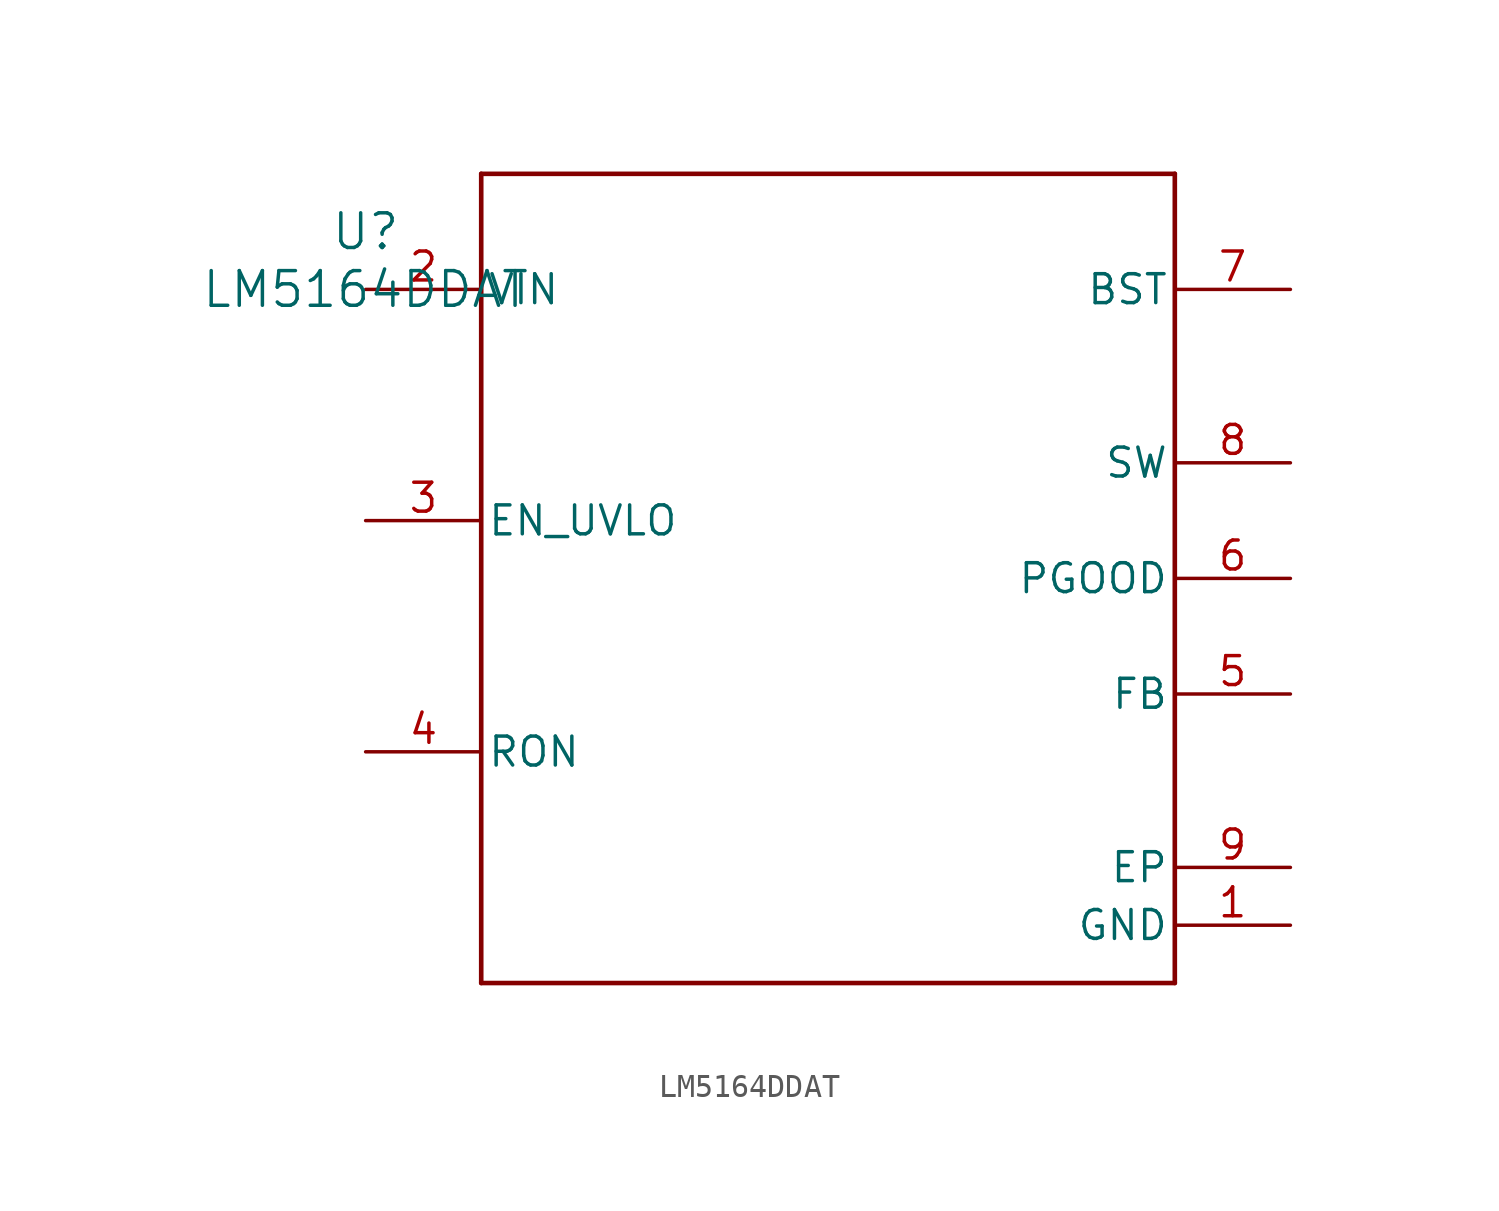
<source format=kicad_sym>
(kicad_symbol_lib
  (version 20211014)
  (generator kicad_symbol_editor)
  (symbol "LM5164DDAT"
    (pin_names
      (offset 0.254))
    (property "Reference" "U"
      (at 0 2.54 0)
      (effects (font (size 1.524 1.524))))
    (property "Value" "LM5164DDAT"
      (at 0 0 0)
      (effects (font (size 1.524 1.524))))
    (symbol "LM5164DDAT_0_1"
      (polyline (pts (xy 5.08 -30.48) (xy 35.56 -30.48)) (stroke (width 0.203) (type default) (color 0 0 0 0)) (fill (type none)))
      (polyline (pts (xy 35.56 -30.48) (xy 35.56 5.08)) (stroke (width 0.203) (type default) (color 0 0 0 0)) (fill (type none)))
      (polyline (pts (xy 35.56 5.08) (xy 5.08 5.08)) (stroke (width 0.203) (type default) (color 0 0 0 0)) (fill (type none)))
      (polyline (pts (xy 5.08 5.08) (xy 5.08 -30.48)) (stroke (width 0.203) (type default) (color 0 0 0 0)) (fill (type none)))
      (pin power_in line (at 40.64 -27.94 180) (length 5.08) (name "GND" (effects (font (size 1.27 1.27)))) (number "1" (effects (font (size 1.27 1.27)))))
      (pin power_in line (at 0 0 0) (length 5.08) (name "VIN" (effects (font (size 1.27 1.27)))) (number "2" (effects (font (size 1.27 1.27)))))
      (pin input line (at 0 -10.16 0) (length 5.08) (name "EN_UVLO" (effects (font (size 1.27 1.27)))) (number "3" (effects (font (size 1.27 1.27)))))
      (pin unspecified line (at 0 -20.32 0) (length 5.08) (name "RON" (effects (font (size 1.27 1.27)))) (number "4" (effects (font (size 1.27 1.27)))))
      (pin unspecified line (at 40.64 -17.78 180) (length 5.08) (name "FB" (effects (font (size 1.27 1.27)))) (number "5" (effects (font (size 1.27 1.27)))))
      (pin open_collector line (at 40.64 -12.7 180) (length 5.08) (name "PGOOD" (effects (font (size 1.27 1.27)))) (number "6" (effects (font (size 1.27 1.27)))))
      (pin unspecified line (at 40.64 0 180) (length 5.08) (name "BST" (effects (font (size 1.27 1.27)))) (number "7" (effects (font (size 1.27 1.27)))))
      (pin unspecified line (at 40.64 -7.62 180) (length 5.08) (name "SW" (effects (font (size 1.27 1.27)))) (number "8" (effects (font (size 1.27 1.27)))))
      (pin unspecified line (at 40.64 -25.4 180) (length 5.08) (name "EP" (effects (font (size 1.27 1.27)))) (number "9" (effects (font (size 1.27 1.27))))))))
</source>
